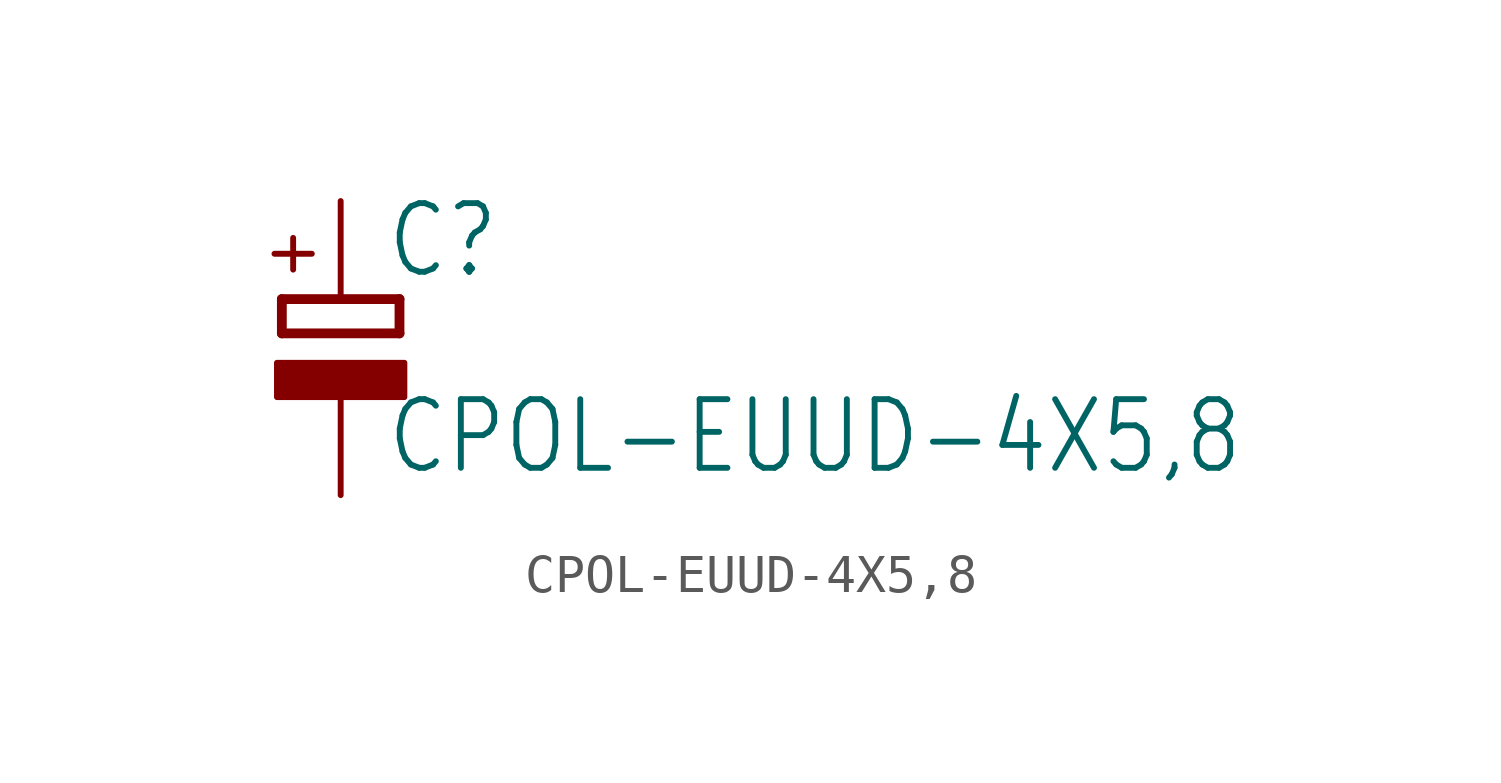
<source format=kicad_sym>
(kicad_symbol_lib
  (version 20220331)
  (generator kicad_symbol_editor)
  (symbol "CPOL-EUUD-4X5,8"
    (property "Reference" "C"
      (at 1.143 0.483 0)
      (effects (font (size 1.778 1.511)) (justify left bottom)))
    (property "Value" "CPOL-EUUD-4X5,8"
      (at 1.143 -4.597 0)
      (effects (font (size 1.778 1.511)) (justify left bottom)))
    (property "ki_locked" ""
      (at 0 0 0)
      (effects (font (size 1.27 1.27))))
    (symbol "CPOL-EUUD-4X5,8_1_0"
      (rectangle (start -1.651 -2.54) (end 1.651 -1.651) (stroke (width 0) (type default)) (fill (type outline)))
      (polyline (pts (xy -1.524 -0.889) (xy 1.524 -0.889)) (stroke (width 0.254) (type solid)) (fill (type none)))
      (polyline (pts (xy -1.524 0) (xy -1.524 -0.889)) (stroke (width 0.254) (type solid)) (fill (type none)))
      (polyline (pts (xy -1.524 0) (xy 1.524 0)) (stroke (width 0.254) (type solid)) (fill (type none)))
      (polyline (pts (xy 1.524 -0.889) (xy 1.524 0)) (stroke (width 0.254) (type solid)) (fill (type none)))
      (text "+" (at -0.584 0.406 900) (effects (font (size 1.27 1.079)) (justify left bottom)))
      (pin passive line (at 0 2.54 270) (length 2.54) (name "+" (effects (font (size 0 0)))) (number "+" (effects (font (size 0 0)))))
      (pin passive line (at 0 -5.08 90) (length 2.54) (name "-" (effects (font (size 0 0)))) (number "-" (effects (font (size 0 0))))))))
</source>
